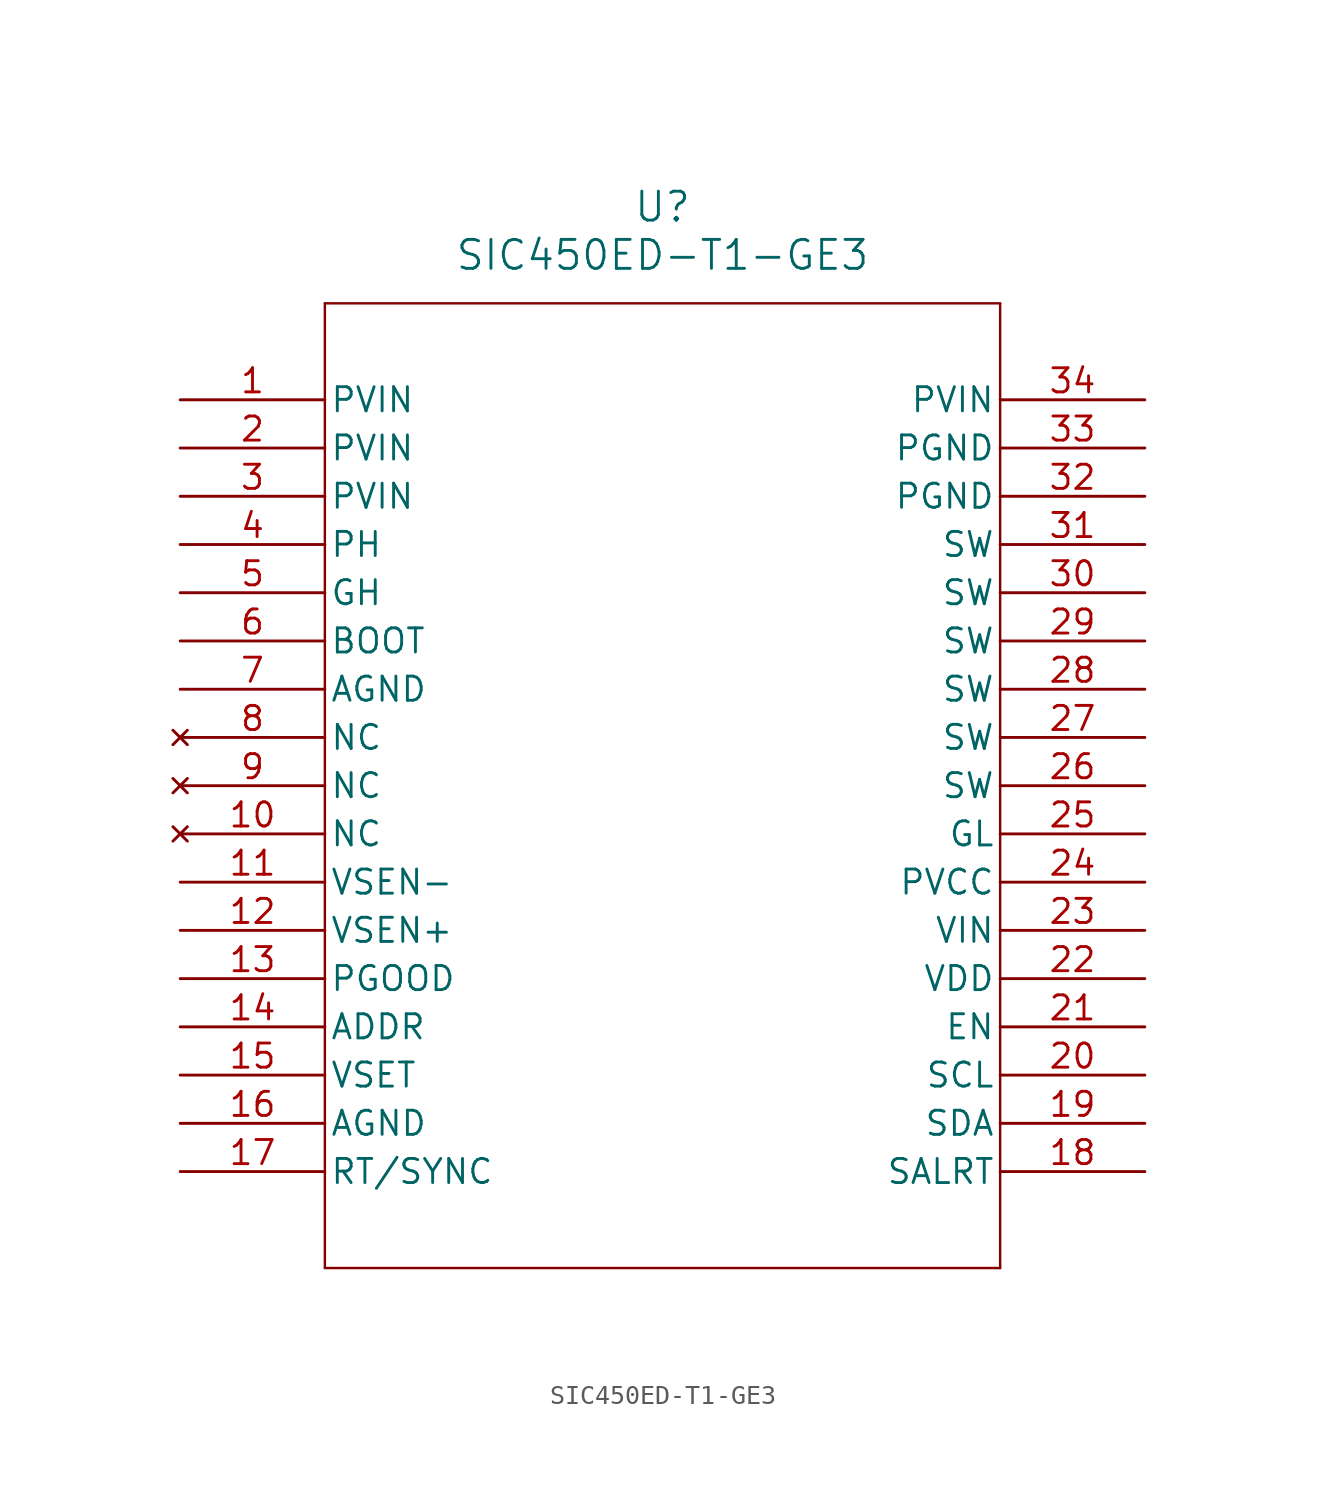
<source format=kicad_sym>
(kicad_symbol_lib
  (version 20211014)
  (generator kicad_symbol_editor)
  (symbol "SIC450ED-T1-GE3"
    (pin_names
      (offset 0.254))
    (property "Reference" "U"
      (at 25.4 10.16 0)
      (effects (font (size 1.524 1.524))))
    (property "Value" "SIC450ED-T1-GE3"
      (at 25.4 7.62 0)
      (effects (font (size 1.524 1.524))))
    (symbol "SIC450ED-T1-GE3_0_1"
      (polyline (pts (xy 7.62 5.08) (xy 7.62 -45.72)) (stroke (width 0.127) (type default) (color 0 0 0 0)) (fill (type none)))
      (polyline (pts (xy 7.62 -45.72) (xy 43.18 -45.72)) (stroke (width 0.127) (type default) (color 0 0 0 0)) (fill (type none)))
      (polyline (pts (xy 43.18 -45.72) (xy 43.18 5.08)) (stroke (width 0.127) (type default) (color 0 0 0 0)) (fill (type none)))
      (polyline (pts (xy 43.18 5.08) (xy 7.62 5.08)) (stroke (width 0.127) (type default) (color 0 0 0 0)) (fill (type none)))
      (pin power_in line (at 0 0 0) (length 7.62) (name "PVIN" (effects (font (size 1.27 1.27)))) (number "1" (effects (font (size 1.27 1.27)))))
      (pin power_in line (at 0 -2.54 0) (length 7.62) (name "PVIN" (effects (font (size 1.27 1.27)))) (number "2" (effects (font (size 1.27 1.27)))))
      (pin power_in line (at 0 -5.08 0) (length 7.62) (name "PVIN" (effects (font (size 1.27 1.27)))) (number "3" (effects (font (size 1.27 1.27)))))
      (pin unspecified line (at 0 -7.62 0) (length 7.62) (name "PH" (effects (font (size 1.27 1.27)))) (number "4" (effects (font (size 1.27 1.27)))))
      (pin unspecified line (at 0 -10.16 0) (length 7.62) (name "GH" (effects (font (size 1.27 1.27)))) (number "5" (effects (font (size 1.27 1.27)))))
      (pin unspecified line (at 0 -12.7 0) (length 7.62) (name "BOOT" (effects (font (size 1.27 1.27)))) (number "6" (effects (font (size 1.27 1.27)))))
      (pin power_out line (at 0 -15.24 0) (length 7.62) (name "AGND" (effects (font (size 1.27 1.27)))) (number "7" (effects (font (size 1.27 1.27)))))
      (pin no_connect line (at 0 -17.78 0) (length 7.62) (name "NC" (effects (font (size 1.27 1.27)))) (number "8" (effects (font (size 1.27 1.27)))))
      (pin no_connect line (at 0 -20.32 0) (length 7.62) (name "NC" (effects (font (size 1.27 1.27)))) (number "9" (effects (font (size 1.27 1.27)))))
      (pin no_connect line (at 0 -22.86 0) (length 7.62) (name "NC" (effects (font (size 1.27 1.27)))) (number "10" (effects (font (size 1.27 1.27)))))
      (pin unspecified line (at 0 -25.4 0) (length 7.62) (name "VSEN-" (effects (font (size 1.27 1.27)))) (number "11" (effects (font (size 1.27 1.27)))))
      (pin unspecified line (at 0 -27.94 0) (length 7.62) (name "VSEN+" (effects (font (size 1.27 1.27)))) (number "12" (effects (font (size 1.27 1.27)))))
      (pin power_in line (at 0 -30.48 0) (length 7.62) (name "PGOOD" (effects (font (size 1.27 1.27)))) (number "13" (effects (font (size 1.27 1.27)))))
      (pin unspecified line (at 0 -33.02 0) (length 7.62) (name "ADDR" (effects (font (size 1.27 1.27)))) (number "14" (effects (font (size 1.27 1.27)))))
      (pin unspecified line (at 0 -35.56 0) (length 7.62) (name "VSET" (effects (font (size 1.27 1.27)))) (number "15" (effects (font (size 1.27 1.27)))))
      (pin power_out line (at 0 -38.1 0) (length 7.62) (name "AGND" (effects (font (size 1.27 1.27)))) (number "16" (effects (font (size 1.27 1.27)))))
      (pin unspecified line (at 0 -40.64 0) (length 7.62) (name "RT/SYNC" (effects (font (size 1.27 1.27)))) (number "17" (effects (font (size 1.27 1.27)))))
      (pin unspecified line (at 50.8 -40.64 180) (length 7.62) (name "SALRT" (effects (font (size 1.27 1.27)))) (number "18" (effects (font (size 1.27 1.27)))))
      (pin bidirectional line (at 50.8 -38.1 180) (length 7.62) (name "SDA" (effects (font (size 1.27 1.27)))) (number "19" (effects (font (size 1.27 1.27)))))
      (pin input line (at 50.8 -35.56 180) (length 7.62) (name "SCL" (effects (font (size 1.27 1.27)))) (number "20" (effects (font (size 1.27 1.27)))))
      (pin input line (at 50.8 -33.02 180) (length 7.62) (name "EN" (effects (font (size 1.27 1.27)))) (number "21" (effects (font (size 1.27 1.27)))))
      (pin power_in line (at 50.8 -30.48 180) (length 7.62) (name "VDD" (effects (font (size 1.27 1.27)))) (number "22" (effects (font (size 1.27 1.27)))))
      (pin power_in line (at 50.8 -27.94 180) (length 7.62) (name "VIN" (effects (font (size 1.27 1.27)))) (number "23" (effects (font (size 1.27 1.27)))))
      (pin power_in line (at 50.8 -25.4 180) (length 7.62) (name "PVCC" (effects (font (size 1.27 1.27)))) (number "24" (effects (font (size 1.27 1.27)))))
      (pin unspecified line (at 50.8 -22.86 180) (length 7.62) (name "GL" (effects (font (size 1.27 1.27)))) (number "25" (effects (font (size 1.27 1.27)))))
      (pin unspecified line (at 50.8 -20.32 180) (length 7.62) (name "SW" (effects (font (size 1.27 1.27)))) (number "26" (effects (font (size 1.27 1.27)))))
      (pin unspecified line (at 50.8 -17.78 180) (length 7.62) (name "SW" (effects (font (size 1.27 1.27)))) (number "27" (effects (font (size 1.27 1.27)))))
      (pin unspecified line (at 50.8 -15.24 180) (length 7.62) (name "SW" (effects (font (size 1.27 1.27)))) (number "28" (effects (font (size 1.27 1.27)))))
      (pin unspecified line (at 50.8 -12.7 180) (length 7.62) (name "SW" (effects (font (size 1.27 1.27)))) (number "29" (effects (font (size 1.27 1.27)))))
      (pin unspecified line (at 50.8 -10.16 180) (length 7.62) (name "SW" (effects (font (size 1.27 1.27)))) (number "30" (effects (font (size 1.27 1.27)))))
      (pin unspecified line (at 50.8 -7.62 180) (length 7.62) (name "SW" (effects (font (size 1.27 1.27)))) (number "31" (effects (font (size 1.27 1.27)))))
      (pin power_out line (at 50.8 -5.08 180) (length 7.62) (name "PGND" (effects (font (size 1.27 1.27)))) (number "32" (effects (font (size 1.27 1.27)))))
      (pin power_out line (at 50.8 -2.54 180) (length 7.62) (name "PGND" (effects (font (size 1.27 1.27)))) (number "33" (effects (font (size 1.27 1.27)))))
      (pin power_in line (at 50.8 0 180) (length 7.62) (name "PVIN" (effects (font (size 1.27 1.27)))) (number "34" (effects (font (size 1.27 1.27))))))))
</source>
